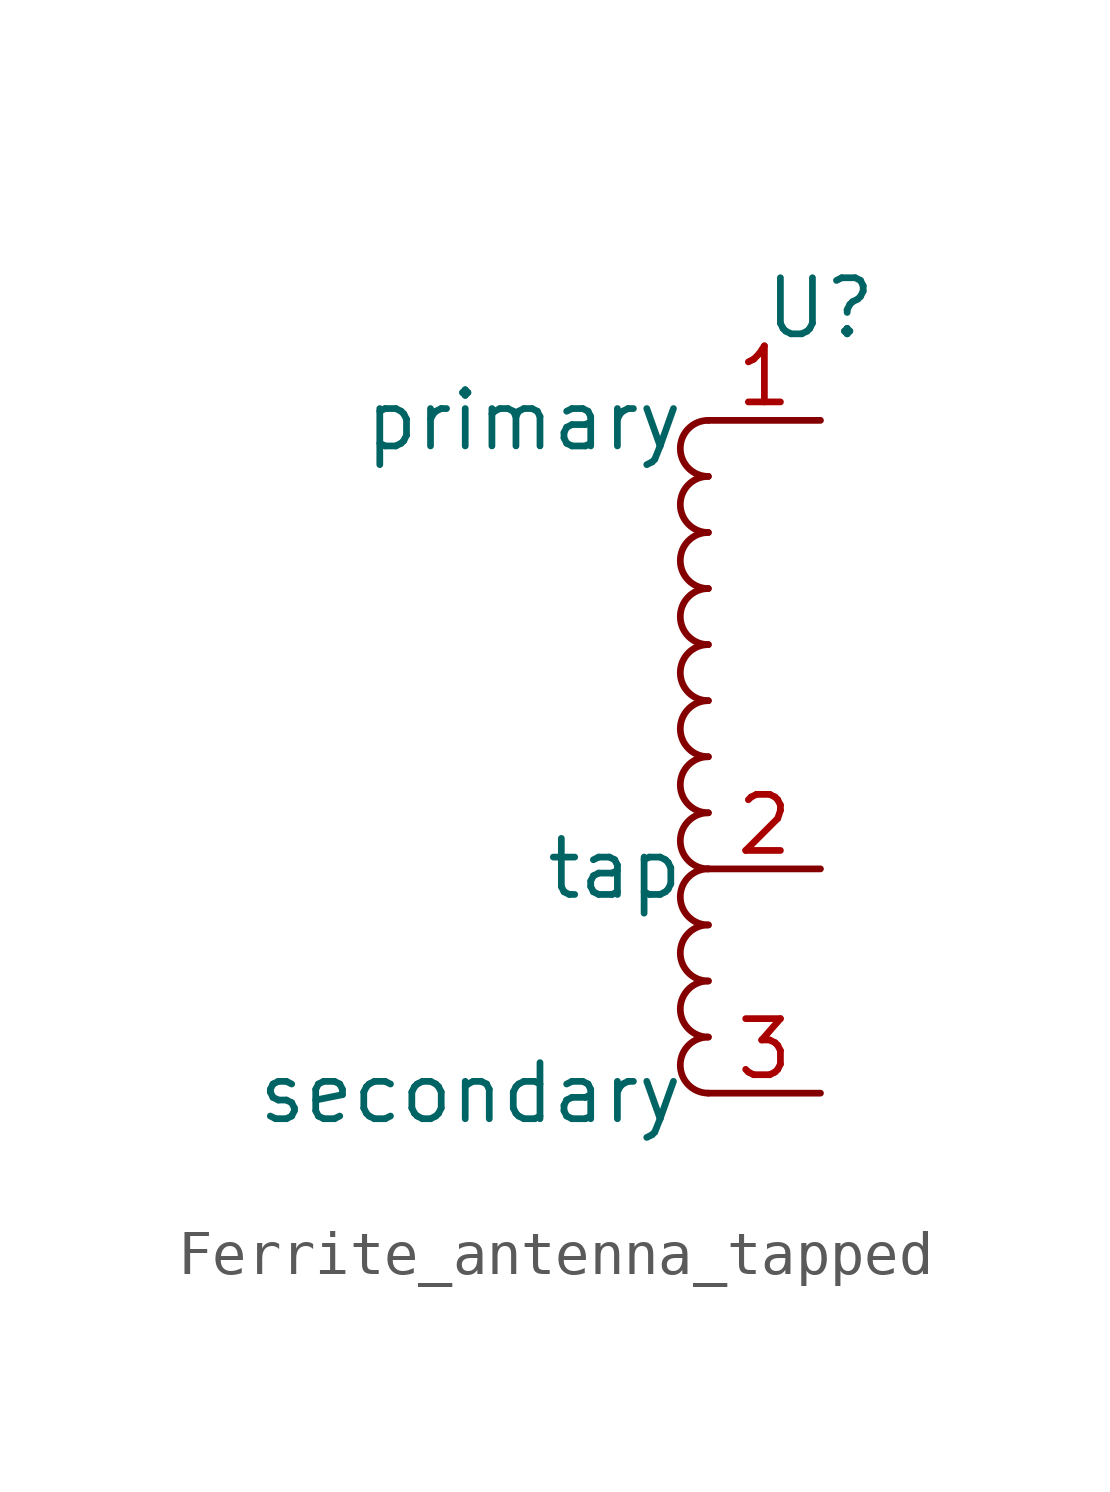
<source format=kicad_sym>
(kicad_symbol_lib
  (version 20241209)
  (generator "kicad_symbol_editor")
  (generator_version "9.0")
  (symbol "Ferrite_antenna_tapped"
    (property "Reference" "U"
      (at 0 0 0)
      (effects (font (size 1.27 1.27))))
    (property "Value" ""
      (at 0 0 0)
      (effects (font (size 1.27 1.27))))
    (symbol "Ferrite_antenna_tapped_0_1"
      (arc (start -2.54 -3.81) (mid -3.175 -3.175) (end -2.54 -2.54) (stroke (width 0) (type default)) (fill (type none)))
      (arc (start -2.54 -5.08) (mid -3.175 -4.445) (end -2.54 -3.81) (stroke (width 0) (type default)) (fill (type none)))
      (arc (start -2.54 -6.35) (mid -3.175 -5.715) (end -2.54 -5.08) (stroke (width 0) (type default)) (fill (type none)))
      (arc (start -2.54 -7.62) (mid -3.175 -6.985) (end -2.54 -6.35) (stroke (width 0) (type default)) (fill (type none)))
      (arc (start -2.54 -8.89) (mid -3.175 -8.255) (end -2.54 -7.62) (stroke (width 0) (type default)) (fill (type none)))
      (arc (start -2.54 -10.16) (mid -3.175 -9.525) (end -2.54 -8.89) (stroke (width 0) (type default)) (fill (type none)))
      (arc (start -2.54 -11.43) (mid -3.175 -10.795) (end -2.54 -10.16) (stroke (width 0) (type default)) (fill (type none)))
      (arc (start -2.54 -12.7) (mid -3.175 -12.065) (end -2.54 -11.43) (stroke (width 0) (type default)) (fill (type none)))
      (arc (start -2.54 -13.97) (mid -3.175 -13.335) (end -2.54 -12.7) (stroke (width 0) (type default)) (fill (type none)))
      (arc (start -2.54 -15.24) (mid -3.175 -14.605) (end -2.54 -13.97) (stroke (width 0) (type default)) (fill (type none)))
      (arc (start -2.54 -16.51) (mid -3.175 -15.875) (end -2.54 -15.24) (stroke (width 0) (type default)) (fill (type none)))
      (arc (start -2.54 -17.78) (mid -3.175 -17.145) (end -2.54 -16.51) (stroke (width 0) (type default)) (fill (type none))))
    (symbol "Ferrite_antenna_tapped_1_1"
      (pin passive line (at 0 -2.54 180) (length 2.54) (name "primary" (effects (font (size 1.27 1.27)))) (number "1" (effects (font (size 1.27 1.27)))))
      (pin passive line (at 0 -12.7 180) (length 2.54) (name "tap" (effects (font (size 1.27 1.27)))) (number "2" (effects (font (size 1.27 1.27)))))
      (pin passive line (at 0 -17.78 180) (length 2.54) (name "secondary" (effects (font (size 1.27 1.27)))) (number "3" (effects (font (size 1.27 1.27))))))))
</source>
